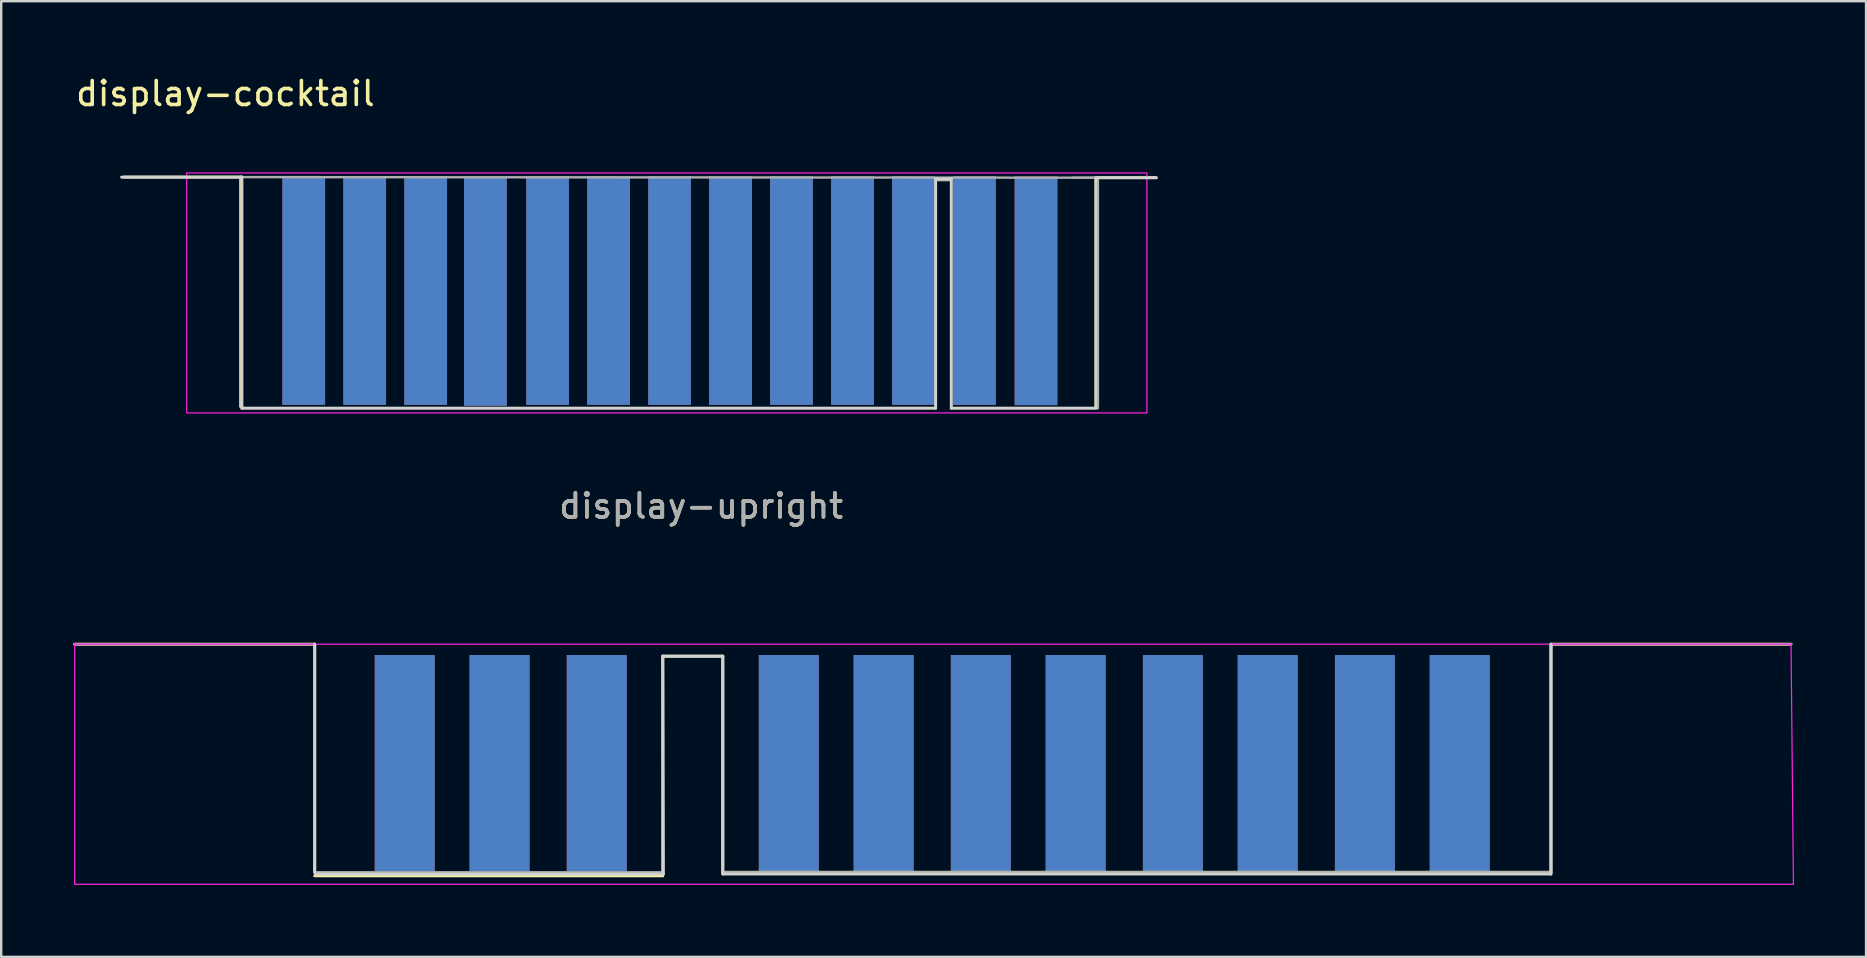
<source format=kicad_pcb>
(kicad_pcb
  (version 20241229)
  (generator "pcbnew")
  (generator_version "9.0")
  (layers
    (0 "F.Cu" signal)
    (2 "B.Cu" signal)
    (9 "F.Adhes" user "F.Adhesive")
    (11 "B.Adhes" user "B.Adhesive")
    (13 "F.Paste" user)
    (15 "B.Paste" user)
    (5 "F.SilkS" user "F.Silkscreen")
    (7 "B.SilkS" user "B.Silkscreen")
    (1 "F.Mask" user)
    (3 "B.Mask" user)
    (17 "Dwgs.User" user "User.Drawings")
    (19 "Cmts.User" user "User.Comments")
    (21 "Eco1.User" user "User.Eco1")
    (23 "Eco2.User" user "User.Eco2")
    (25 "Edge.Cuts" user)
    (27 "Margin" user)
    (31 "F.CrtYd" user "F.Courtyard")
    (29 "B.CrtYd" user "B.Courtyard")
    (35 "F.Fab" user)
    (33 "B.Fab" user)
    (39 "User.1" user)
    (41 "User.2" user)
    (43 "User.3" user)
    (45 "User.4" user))
  (footprint "display-upright"
    (layer "F.Cu")
    (at 10.06 23.786)
    (property "Reference" "display-upright" (at 16.098 -5.759 0) (layer "F.SilkS") (effects (font (size 1 1) (thickness 0.15))))
    (attr exclude_from_pos_files)
    (fp_line (start 0 0) (end -10 0) (stroke (width 0.12) (type solid)) (layer "F.SilkS"))
    (fp_line (start 0 9.5) (end 0 0) (stroke (width 0.12) (type solid)) (layer "F.SilkS"))
    (fp_line (start 14.5 0.5) (end 14.5 9.5) (stroke (width 0.12) (type solid)) (layer "F.SilkS"))
    (fp_line (start 14.5 9.65) (end 0 9.65) (stroke (width 0.12) (type solid)) (layer "F.SilkS"))
    (fp_line (start 17 0.5) (end 14.5 0.5) (stroke (width 0.12) (type solid)) (layer "F.SilkS"))
    (fp_line (start 17 9.5) (end 17 0.5) (stroke (width 0.12) (type solid)) (layer "F.SilkS"))
    (fp_line (start 17 9.5) (end 51.5 9.5) (stroke (width 0.12) (type solid)) (layer "F.SilkS"))
    (fp_line (start 51.5 0) (end 61.5 0) (stroke (width 0.12) (type solid)) (layer "F.SilkS"))
    (fp_line (start 51.5 9.5) (end 51.5 0) (stroke (width 0.12) (type solid)) (layer "F.SilkS"))
    (fp_line (start 0 9.5) (end 0 0) (stroke (width 0.12) (type solid)) (layer "Edge.Cuts"))
    (fp_line (start 14.5 0.5) (end 17 0.5) (stroke (width 0.12) (type solid)) (layer "Edge.Cuts"))
    (fp_line (start 14.525 9.575) (end 0.025 9.575) (stroke (width 0.12) (type solid)) (layer "Edge.Cuts"))
    (fp_line (start 14.525 9.575) (end 14.5 0.5) (stroke (width 0.12) (type solid)) (layer "Edge.Cuts"))
    (fp_line (start 17 0.5) (end 17 9.575) (stroke (width 0.12) (type solid)) (layer "Edge.Cuts"))
    (fp_line (start 51.5 9.575) (end 17 9.575) (stroke (width 0.12) (type solid)) (layer "Edge.Cuts"))
    (fp_line (start 51.5 9.575) (end 51.5 0) (stroke (width 0.12) (type solid)) (layer "Edge.Cuts"))
    (fp_line (start -10 0) (end -10 10) (stroke (width 0.05) (type solid)) (layer "F.CrtYd"))
    (fp_line (start -10 0) (end 61.5 0) (stroke (width 0.05) (type solid)) (layer "F.CrtYd"))
    (fp_line (start -10 10) (end 61.6 10) (stroke (width 0.05) (type solid)) (layer "F.CrtYd"))
    (fp_line (start 61.6 10) (end 61.5 0) (stroke (width 0.05) (type solid)) (layer "F.CrtYd"))
    (fp_line (start 0 0) (end -10 0) (stroke (width 0.1) (type solid)) (layer "F.Fab"))
    (fp_line (start 0 0) (end -5 0) (stroke (width 0.1) (type solid)) (layer "F.Fab"))
    (fp_line (start 0 9.5) (end 0 0) (stroke (width 0.1) (type solid)) (layer "F.Fab"))
    (fp_line (start 0 9.5) (end 0 0) (stroke (width 0.1) (type solid)) (layer "F.Fab"))
    (fp_line (start 14.5 0.5) (end 14.5 9.5) (stroke (width 0.1) (type solid)) (layer "F.Fab"))
    (fp_line (start 14.5 9.5) (end 0 9.5) (stroke (width 0.1) (type solid)) (layer "F.Fab"))
    (fp_line (start 17 0.5) (end 14.5 0.5) (stroke (width 0.1) (type solid)) (layer "F.Fab"))
    (fp_line (start 17 9.5) (end 17 0.5) (stroke (width 0.1) (type solid)) (layer "F.Fab"))
    (fp_line (start 51.5 0) (end 61.5 0) (stroke (width 0.1) (type solid)) (layer "F.Fab"))
    (fp_line (start 51.5 9.5) (end 17 9.5) (stroke (width 0.1) (type solid)) (layer "F.Fab"))
    (fp_line (start 51.5 9.5) (end 51.5 0) (stroke (width 0.1) (type solid)) (layer "F.Fab"))
    (fp_text user "${REFERENCE}" (at 16.098 -5.759 0) (layer "F.Fab") (effects (font (size 1 1) (thickness 0.15))))
    (pad "1" connect rect (at 3.75 0.75) (size 2.5 9) (drill (offset 0 4.2)) (layers "F.Cu" "F.Mask"))
    (pad "2" connect rect (at 7.7 0.75) (size 2.5 9) (drill (offset 0 4.2)) (layers "F.Cu" "F.Mask"))
    (pad "3" connect rect (at 11.75 0.75) (size 2.5 9) (drill (offset 0 4.2)) (layers "F.Cu" "F.Mask"))
    (pad "5" connect rect (at 19.75 0.75) (size 2.5 9) (drill (offset 0 4.2)) (layers "F.Cu" "F.Mask"))
    (pad "6" connect rect (at 23.7 0.75) (size 2.5 9) (drill (offset 0 4.2)) (layers "F.Cu" "F.Mask"))
    (pad "7" connect rect (at 27.75 0.75) (size 2.5 9) (drill (offset 0 4.2)) (layers "F.Cu" "F.Mask"))
    (pad "8" connect rect (at 31.7 0.75) (size 2.5 9) (drill (offset 0 4.2)) (layers "F.Cu" "F.Mask"))
    (pad "9" connect rect (at 35.75 0.75) (size 2.5 9) (drill (offset 0 4.2)) (layers "F.Cu" "F.Mask"))
    (pad "10" connect rect (at 39.7 0.75) (size 2.5 9) (drill (offset 0 4.2)) (layers "F.Cu" "F.Mask"))
    (pad "11" connect rect (at 43.75 0.75) (size 2.5 9) (drill (offset 0 4.2)) (layers "F.Cu" "F.Mask"))
    (pad "12" connect rect (at 47.7 0.75) (size 2.5 9) (drill (offset 0 4.2)) (layers "F.Cu" "F.Mask"))
    (pad "A" connect rect (at 3.75 0.75) (size 2.5 9) (drill (offset 0 4.2)) (layers "B.Cu" "B.Mask"))
    (pad "B" connect rect (at 7.7 0.75) (size 2.5 9) (drill (offset 0 4.2)) (layers "B.Cu" "B.Mask"))
    (pad "C" connect rect (at 11.75 0.75) (size 2.5 9) (drill (offset 0 4.2)) (layers "B.Cu" "B.Mask"))
    (pad "E" connect rect (at 19.75 0.75) (size 2.5 9) (drill (offset 0 4.2)) (layers "B.Cu" "B.Mask"))
    (pad "F" connect rect (at 23.7 0.75) (size 2.5 9) (drill (offset 0 4.2)) (layers "B.Cu" "B.Mask"))
    (pad "H" connect rect (at 27.75 0.75) (size 2.5 9) (drill (offset 0 4.2)) (layers "B.Cu" "B.Mask"))
    (pad "J" connect rect (at 31.7 0.75) (size 2.5 9) (drill (offset 0 4.2)) (layers "B.Cu" "B.Mask"))
    (pad "K" connect rect (at 35.75 0.75) (size 2.5 9) (drill (offset 0 4.2)) (layers "B.Cu" "B.Mask"))
    (pad "L" connect rect (at 39.7 0.75) (size 2.5 9) (drill (offset 0 4.2)) (layers "B.Cu" "B.Mask"))
    (pad "M" connect rect (at 43.75 0.75) (size 2.5 9) (drill (offset 0 4.2)) (layers "B.Cu" "B.Mask"))
    (pad "N" connect rect (at 47.7 0.75) (size 2.5 9) (drill (offset 0 4.2)) (layers "B.Cu" "B.Mask")))
  (footprint "display-cocktail"
    (layer "F.Cu")
    (at 8.727 4.353)
    (property "Reference" "display-cocktail" (at -2.388 -3.505 0) (layer "F.SilkS") (effects (font (size 1 1) (thickness 0.15))))
    (attr exclude_from_pos_files)
    (fp_line (start -6.599 -0.025) (end -1.7 -0.025) (stroke (width 0.12) (type solid)) (layer "F.SilkS"))
    (fp_line (start -1.753 9.538) (end -1.753 -0.025) (stroke (width 0.12) (type solid)) (layer "F.SilkS"))
    (fp_line (start 33.875 0) (end 36.365 0) (stroke (width 0.12) (type solid)) (layer "F.SilkS"))
    (fp_line (start 33.875 9.525) (end 33.875 0) (stroke (width 0.12) (type solid)) (layer "F.SilkS"))
    (fp_line (start -1.7 -0.025) (end -6.7 -0.025) (stroke (width 0.12) (type solid)) (layer "Edge.Cuts"))
    (fp_line (start -1.7 9.6) (end -1.7 -0.025) (stroke (width 0.12) (type solid)) (layer "Edge.Cuts"))
    (fp_line (start 27.2 0.05) (end 27.85 0.05) (stroke (width 0.12) (type solid)) (layer "Edge.Cuts"))
    (fp_line (start 27.2 9.6) (end -1.7 9.6) (stroke (width 0.12) (type solid)) (layer "Edge.Cuts"))
    (fp_line (start 27.2 9.6) (end 27.2 0.05) (stroke (width 0.12) (type solid)) (layer "Edge.Cuts"))
    (fp_line (start 27.85 0.05) (end 27.85 9.6) (stroke (width 0.12) (type solid)) (layer "Edge.Cuts"))
    (fp_line (start 27.85 9.6) (end 33.875 9.6) (stroke (width 0.12) (type solid)) (layer "Edge.Cuts"))
    (fp_line (start 33.875 -0.012) (end 33.875 9.6) (stroke (width 0.1) (type solid)) (layer "Edge.Cuts"))
    (fp_line (start 33.95 0) (end 36.4 0) (stroke (width 0.12) (type solid)) (layer "Edge.Cuts"))
    (fp_rect (start -4 -0.2) (end 36 9.8) (stroke (width 0.05) (type solid)) (fill no) (layer "F.CrtYd"))
    (fp_line (start -1.829 -0.025) (end 34.887 0) (stroke (width 0.1) (type solid)) (layer "F.Fab"))
    (fp_line (start -1.702 -0.025) (end -6.722 -0.025) (stroke (width 0.1) (type solid)) (layer "F.Fab"))
    (fp_line (start -1.702 9.512) (end -1.702 -0.025) (stroke (width 0.1) (type solid)) (layer "F.Fab"))
    (fp_line (start -1.7 9.6) (end -1.702 9.512) (stroke (width 0.1) (type solid)) (layer "F.Fab"))
    (fp_line (start 27.2 0.1) (end 27.2 9.6) (stroke (width 0.1) (type solid)) (layer "F.Fab"))
    (fp_line (start 27.2 9.6) (end -1.7 9.6) (stroke (width 0.1) (type solid)) (layer "F.Fab"))
    (fp_line (start 27.85 0.1) (end 27.2 0.1) (stroke (width 0.1) (type solid)) (layer "F.Fab"))
    (fp_line (start 27.85 9.6) (end 27.85 0.1) (stroke (width 0.1) (type solid)) (layer "F.Fab"))
    (fp_line (start 33.95 9.525) (end 33.95 0) (stroke (width 0.12) (type solid)) (layer "F.Fab"))
    (fp_line (start 33.95 9.6) (end 27.85 9.6) (stroke (width 0.1) (type solid)) (layer "F.Fab"))
    (fp_line (start 33.95 9.6) (end 33.95 9.525) (stroke (width 0.1) (type solid)) (layer "F.Fab"))
    (fp_line (start 36.393 0) (end 32.918 0) (stroke (width 0.1) (type solid)) (layer "F.Fab"))
    (pad "1" connect rect (at 0.875 0.1) (size 1.78 9.525) (drill (offset 0 4.6)) (layers "B.Cu" "B.Mask"))
    (pad "2" connect rect (at 0.875 0.1) (size 1.78 9.525) (drill (offset 0 4.6)) (layers "F.Cu" "F.Mask"))
    (pad "3" connect rect (at 3.415 0.1) (size 1.78 9.525) (drill (offset 0 4.6)) (layers "B.Cu" "B.Mask"))
    (pad "4" connect rect (at 3.415 0.1) (size 1.78 9.525) (drill (offset 0 4.6)) (layers "F.Cu" "F.Mask"))
    (pad "5" connect rect (at 5.955 0.1) (size 1.78 9.525) (drill (offset 0 4.6)) (layers "B.Cu" "B.Mask"))
    (pad "6" connect rect (at 5.955 0.1) (size 1.78 9.525) (drill (offset 0 4.6)) (layers "F.Cu" "F.Mask"))
    (pad "7" connect rect (at 8.444 0.138) (size 1.78 9.525) (drill (offset 0 4.6)) (layers "B.Cu" "B.Mask"))
    (pad "8" connect rect (at 8.444 0.138) (size 1.78 9.525) (drill (offset 0 4.6)) (layers "F.Cu" "F.Mask"))
    (pad "9" connect rect (at 11.035 0.1) (size 1.78 9.525) (drill (offset 0 4.6)) (layers "B.Cu" "B.Mask"))
    (pad "10" connect rect (at 11.035 0.1) (size 1.78 9.525) (drill (offset 0 4.6)) (layers "F.Cu" "F.Mask"))
    (pad "11" connect rect (at 13.575 0.1) (size 1.78 9.525) (drill (offset 0 4.6)) (layers "B.Cu" "B.Mask"))
    (pad "12" connect rect (at 13.575 0.1) (size 1.78 9.525) (drill (offset 0 4.6)) (layers "F.Cu" "F.Mask"))
    (pad "13" connect rect (at 16.115 0.1) (size 1.78 9.525) (drill (offset 0 4.6)) (layers "B.Cu" "B.Mask"))
    (pad "14" connect rect (at 16.115 0.1) (size 1.78 9.525) (drill (offset 0 4.6)) (layers "F.Cu" "F.Mask"))
    (pad "15" connect rect (at 18.655 0.1) (size 1.78 9.525) (drill (offset 0 4.6)) (layers "B.Cu" "B.Mask"))
    (pad "16" connect rect (at 18.655 0.1) (size 1.78 9.525) (drill (offset 0 4.6)) (layers "F.Cu" "F.Mask"))
    (pad "17" connect rect (at 21.195 0.1) (size 1.78 9.525) (drill (offset 0 4.6)) (layers "B.Cu" "B.Mask"))
    (pad "18" connect rect (at 21.195 0.1) (size 1.78 9.525) (drill (offset 0 4.6)) (layers "F.Cu" "F.Mask"))
    (pad "19" connect rect (at 23.735 0.1) (size 1.78 9.525) (drill (offset 0 4.6)) (layers "B.Cu" "B.Mask"))
    (pad "20" connect rect (at 23.735 0.1) (size 1.78 9.525) (drill (offset 0 4.6)) (layers "F.Cu" "F.Mask"))
    (pad "21" connect rect (at 26.275 0.1) (size 1.78 9.525) (drill (offset 0 4.6)) (layers "B.Cu" "B.Mask"))
    (pad "22" connect rect (at 26.275 0.1) (size 1.78 9.525) (drill (offset 0 4.6)) (layers "F.Cu" "F.Mask"))
    (pad "23" connect rect (at 28.815 0.1) (size 1.78 9.525) (drill (offset 0 4.6)) (layers "B.Cu" "B.Mask"))
    (pad "24" connect rect (at 28.815 0.1) (size 1.78 9.525) (drill (offset 0 4.6)) (layers "F.Cu" "F.Mask"))
    (pad "25" connect rect (at 31.38 0.113) (size 1.78 9.525) (drill (offset 0 4.6)) (layers "B.Cu" "B.Mask"))
    (pad "26" connect rect (at 31.38 0.113) (size 1.78 9.525) (drill (offset 0 4.6)) (layers "F.Cu" "F.Mask")))
  (gr_rect
    (start -3 -3)
    (end 74.685 36.811)
    (stroke (width 0.1) (type default))
    (fill no)
    (layer "Edge.Cuts")))
</source>
